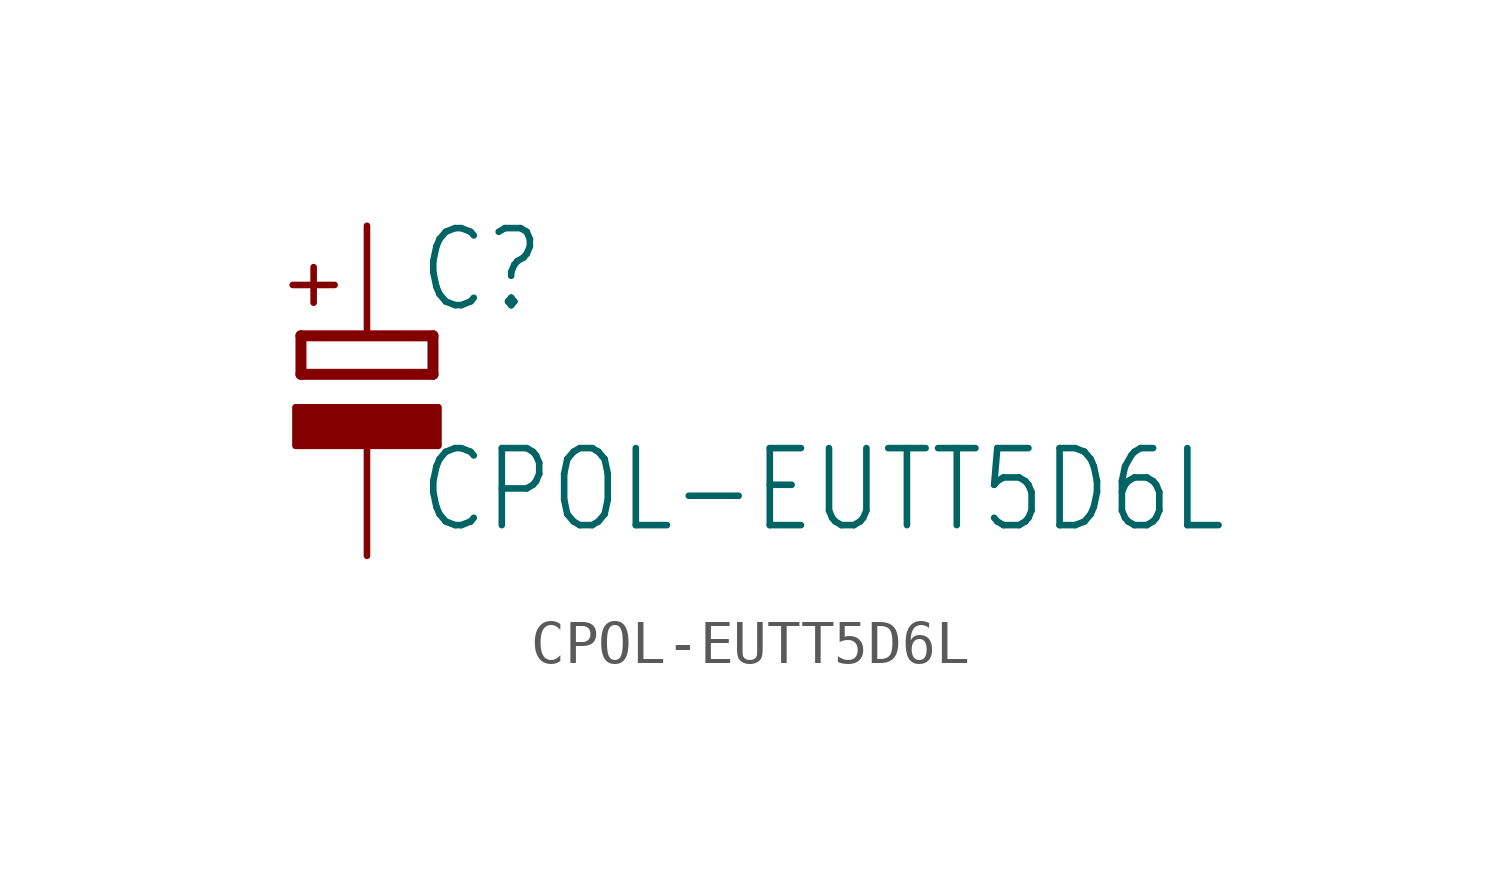
<source format=kicad_sym>
(kicad_symbol_lib
  (version 20220331)
  (generator kicad_symbol_editor)
  (symbol "CPOL-EUTT5D6L"
    (property "Reference" "C"
      (at 1.143 0.483 0)
      (effects (font (size 1.778 1.511)) (justify left bottom)))
    (property "Value" "CPOL-EUTT5D6L"
      (at 1.143 -4.597 0)
      (effects (font (size 1.778 1.511)) (justify left bottom)))
    (property "ki_locked" ""
      (at 0 0 0)
      (effects (font (size 1.27 1.27))))
    (symbol "CPOL-EUTT5D6L_1_0"
      (rectangle (start -1.651 -2.54) (end 1.651 -1.651) (stroke (width 0) (type default)) (fill (type outline)))
      (polyline (pts (xy -1.524 -0.889) (xy 1.524 -0.889)) (stroke (width 0.254) (type solid)) (fill (type none)))
      (polyline (pts (xy -1.524 0) (xy -1.524 -0.889)) (stroke (width 0.254) (type solid)) (fill (type none)))
      (polyline (pts (xy -1.524 0) (xy 1.524 0)) (stroke (width 0.254) (type solid)) (fill (type none)))
      (polyline (pts (xy 1.524 -0.889) (xy 1.524 0)) (stroke (width 0.254) (type solid)) (fill (type none)))
      (text "+" (at -0.584 0.406 900) (effects (font (size 1.27 1.079)) (justify left bottom)))
      (pin passive line (at 0 2.54 270) (length 2.54) (name "+" (effects (font (size 0 0)))) (number "+" (effects (font (size 0 0)))))
      (pin passive line (at 0 -5.08 90) (length 2.54) (name "-" (effects (font (size 0 0)))) (number "-" (effects (font (size 0 0))))))))
</source>
